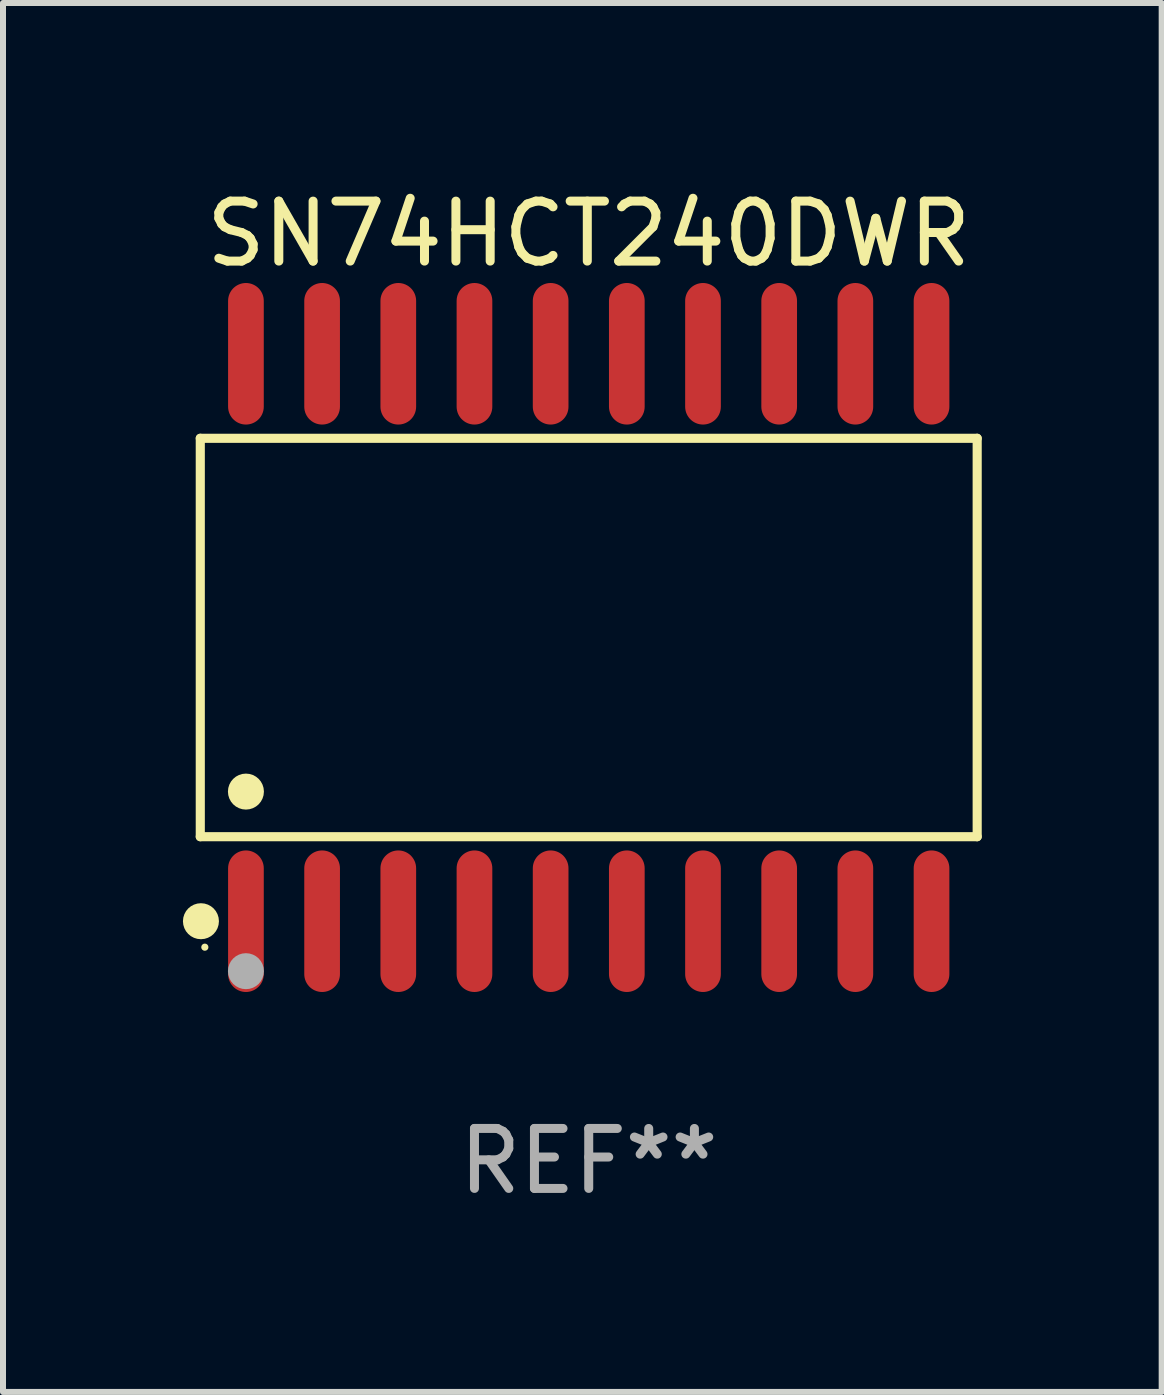
<source format=kicad_pcb>
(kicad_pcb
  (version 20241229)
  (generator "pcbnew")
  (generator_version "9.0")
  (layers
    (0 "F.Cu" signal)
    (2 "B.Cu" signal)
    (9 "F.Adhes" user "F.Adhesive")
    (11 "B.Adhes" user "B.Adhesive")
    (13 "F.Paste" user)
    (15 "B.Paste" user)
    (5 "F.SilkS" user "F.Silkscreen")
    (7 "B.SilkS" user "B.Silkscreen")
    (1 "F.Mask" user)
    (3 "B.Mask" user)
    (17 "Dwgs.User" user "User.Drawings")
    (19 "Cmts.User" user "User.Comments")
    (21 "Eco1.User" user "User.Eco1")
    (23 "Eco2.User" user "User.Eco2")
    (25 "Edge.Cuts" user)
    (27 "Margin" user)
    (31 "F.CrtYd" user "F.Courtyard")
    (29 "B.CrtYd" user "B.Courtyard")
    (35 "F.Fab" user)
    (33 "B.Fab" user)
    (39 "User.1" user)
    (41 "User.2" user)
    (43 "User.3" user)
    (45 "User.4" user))
  (footprint "SN74HCT240DWR"
    (layer "F.Cu")
    (at 6.765 7.578)
    (property "Reference" "SN74HCT240DWR" (at 0 -6.73 0) (layer "F.SilkS") (effects (font (size 1 1) (thickness 0.15))))
    (attr through_hole)
    (fp_line (start -6.476 -3.321) (end 6.476 -3.321) (stroke (width 0.152) (type solid)) (layer "F.SilkS"))
    (fp_line (start -6.476 3.321) (end -6.476 -3.321) (stroke (width 0.152) (type solid)) (layer "F.SilkS"))
    (fp_line (start 6.476 -3.321) (end 6.476 3.321) (stroke (width 0.152) (type solid)) (layer "F.SilkS"))
    (fp_line (start 6.476 3.321) (end -6.476 3.321) (stroke (width 0.152) (type solid)) (layer "F.SilkS"))
    (fp_circle (center -6.465 4.73) (end -6.315 4.73) (stroke (width 0.3) (type solid)) (fill no) (layer "F.SilkS"))
    (fp_circle (center -6.4 5.163) (end -6.37 5.163) (stroke (width 0.06) (type solid)) (fill no) (layer "F.SilkS"))
    (fp_circle (center -5.715 2.569) (end -5.565 2.569) (stroke (width 0.3) (type solid)) (fill no) (layer "F.SilkS"))
    (fp_circle (center -5.715 5.563) (end -5.565 5.563) (stroke (width 0.3) (type solid)) (fill no) (layer "F.Fab"))
    (fp_text user "REF**" (at 0 8.73 0) (layer "F.Fab") (effects (font (size 1 1) (thickness 0.15))))
    (pad "1" smd oval (at -5.715 4.73) (size 0.595 2.36) (layers "F.Cu" "F.Mask" "F.Paste"))
    (pad "2" smd oval (at -4.445 4.73) (size 0.595 2.36) (layers "F.Cu" "F.Mask" "F.Paste"))
    (pad "3" smd oval (at -3.175 4.73) (size 0.595 2.36) (layers "F.Cu" "F.Mask" "F.Paste"))
    (pad "4" smd oval (at -1.905 4.73) (size 0.595 2.36) (layers "F.Cu" "F.Mask" "F.Paste"))
    (pad "5" smd oval (at -0.635 4.73) (size 0.595 2.36) (layers "F.Cu" "F.Mask" "F.Paste"))
    (pad "6" smd oval (at 0.635 4.73) (size 0.595 2.36) (layers "F.Cu" "F.Mask" "F.Paste"))
    (pad "7" smd oval (at 1.905 4.73) (size 0.595 2.36) (layers "F.Cu" "F.Mask" "F.Paste"))
    (pad "8" smd oval (at 3.175 4.73) (size 0.595 2.36) (layers "F.Cu" "F.Mask" "F.Paste"))
    (pad "9" smd oval (at 4.445 4.73) (size 0.595 2.36) (layers "F.Cu" "F.Mask" "F.Paste"))
    (pad "10" smd oval (at 5.715 4.73) (size 0.595 2.36) (layers "F.Cu" "F.Mask" "F.Paste"))
    (pad "11" smd oval (at 5.715 -4.73) (size 0.595 2.36) (layers "F.Cu" "F.Mask" "F.Paste"))
    (pad "12" smd oval (at 4.445 -4.73) (size 0.595 2.36) (layers "F.Cu" "F.Mask" "F.Paste"))
    (pad "13" smd oval (at 3.175 -4.73) (size 0.595 2.36) (layers "F.Cu" "F.Mask" "F.Paste"))
    (pad "14" smd oval (at 1.905 -4.73) (size 0.595 2.36) (layers "F.Cu" "F.Mask" "F.Paste"))
    (pad "15" smd oval (at 0.635 -4.73) (size 0.595 2.36) (layers "F.Cu" "F.Mask" "F.Paste"))
    (pad "16" smd oval (at -0.635 -4.73) (size 0.595 2.36) (layers "F.Cu" "F.Mask" "F.Paste"))
    (pad "17" smd oval (at -1.905 -4.73) (size 0.595 2.36) (layers "F.Cu" "F.Mask" "F.Paste"))
    (pad "18" smd oval (at -3.175 -4.73) (size 0.595 2.36) (layers "F.Cu" "F.Mask" "F.Paste"))
    (pad "19" smd oval (at -4.445 -4.73) (size 0.595 2.36) (layers "F.Cu" "F.Mask" "F.Paste"))
    (pad "20" smd oval (at -5.715 -4.73) (size 0.595 2.36) (layers "F.Cu" "F.Mask" "F.Paste")))
  (gr_rect
    (start -3 -3)
    (end 16.317 20.156)
    (stroke (width 0.1) (type default))
    (fill no)
    (layer "Edge.Cuts")))
</source>
